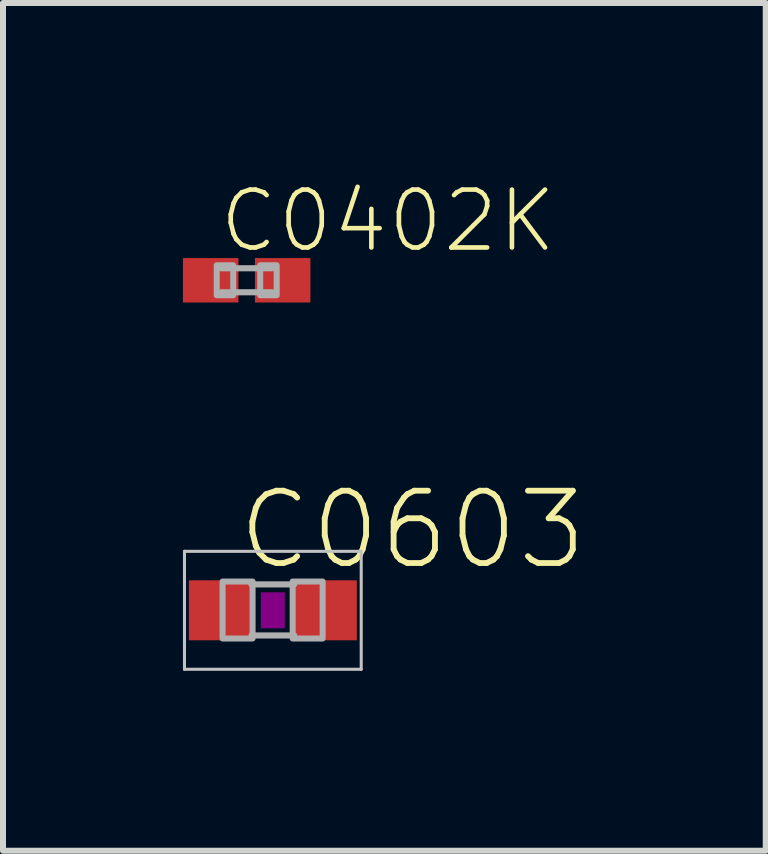
<source format=kicad_pcb>
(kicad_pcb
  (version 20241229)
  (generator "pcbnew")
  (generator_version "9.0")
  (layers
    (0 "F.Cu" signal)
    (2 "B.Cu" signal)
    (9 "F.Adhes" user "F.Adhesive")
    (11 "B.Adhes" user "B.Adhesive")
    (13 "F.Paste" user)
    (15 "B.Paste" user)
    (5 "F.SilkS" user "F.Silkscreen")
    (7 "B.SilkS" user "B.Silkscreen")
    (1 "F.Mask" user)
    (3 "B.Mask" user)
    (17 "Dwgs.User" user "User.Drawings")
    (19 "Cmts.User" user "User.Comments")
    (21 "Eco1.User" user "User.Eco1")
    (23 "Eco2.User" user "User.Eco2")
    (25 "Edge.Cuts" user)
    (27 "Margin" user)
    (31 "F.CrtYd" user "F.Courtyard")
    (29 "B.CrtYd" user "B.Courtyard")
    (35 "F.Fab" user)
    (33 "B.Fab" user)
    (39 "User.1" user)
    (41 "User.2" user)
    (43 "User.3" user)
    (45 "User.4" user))
  (footprint "C0402K"
    (layer "F.Cu")
    (at 1.062 1.622)
    (property "Reference" "C0402K" (at -0.5 -0.425 0) (layer "F.SilkS") (effects (font (size 0.965 0.965) (thickness 0.077)) (justify left bottom)))
    (attr through_hole)
    (fp_line (start -0.425 -0.2) (end 0.425 -0.2) (stroke (width 0.102) (type solid)) (layer "F.Fab"))
    (fp_line (start 0.425 0.2) (end -0.425 0.2) (stroke (width 0.102) (type solid)) (layer "F.Fab"))
    (fp_poly (pts (xy -0.5 0.25) (xy -0.225 0.25) (xy -0.225 -0.25) (xy -0.5 -0.25)) (stroke (width 0.1) (type solid)) (fill no) (layer "F.Fab"))
    (fp_poly (pts (xy 0.225 0.25) (xy 0.5 0.25) (xy 0.5 -0.25) (xy 0.225 -0.25)) (stroke (width 0.1) (type solid)) (fill no) (layer "F.Fab"))
    (pad "1" smd rect (at -0.6 0) (size 0.925 0.74) (layers "F.Cu" "F.Mask" "F.Paste"))
    (pad "2" smd rect (at 0.6 0) (size 0.925 0.74) (layers "F.Cu" "F.Mask" "F.Paste")))
  (footprint "C0603"
    (layer "F.Cu")
    (at 1.498 7.123)
    (property "Reference" "C0603" (at -0.635 -0.635 180) (layer "F.SilkS") (effects (font (size 1.206 1.206) (thickness 0.097)) (justify left bottom)))
    (attr through_hole)
    (fp_poly (pts (xy -0.2 0.3) (xy 0.2 0.3) (xy 0.2 -0.3) (xy -0.2 -0.3)) (stroke (width 0) (type solid)) (fill yes) (layer "F.Adhes"))
    (fp_line (start -1.473 -0.983) (end 1.473 -0.983) (stroke (width 0.051) (type solid)) (layer "Dwgs.User"))
    (fp_line (start -1.473 0.983) (end -1.473 -0.983) (stroke (width 0.051) (type solid)) (layer "Dwgs.User"))
    (fp_line (start 1.473 -0.983) (end 1.473 0.983) (stroke (width 0.051) (type solid)) (layer "Dwgs.User"))
    (fp_line (start 1.473 0.983) (end -1.473 0.983) (stroke (width 0.051) (type solid)) (layer "Dwgs.User"))
    (fp_line (start -0.356 -0.432) (end 0.356 -0.432) (stroke (width 0.102) (type solid)) (layer "F.Fab"))
    (fp_line (start -0.356 0.419) (end 0.356 0.419) (stroke (width 0.102) (type solid)) (layer "F.Fab"))
    (fp_poly (pts (xy -0.838 0.47) (xy -0.338 0.47) (xy -0.338 -0.48) (xy -0.838 -0.48)) (stroke (width 0.1) (type solid)) (fill no) (layer "F.Fab"))
    (fp_poly (pts (xy 0.33 0.47) (xy 0.83 0.47) (xy 0.83 -0.48) (xy 0.33 -0.48)) (stroke (width 0.1) (type solid)) (fill no) (layer "F.Fab"))
    (pad "1" smd rect (at -0.85 0) (size 1.1 1) (layers "F.Cu" "F.Mask" "F.Paste"))
    (pad "2" smd rect (at 0.85 0) (size 1.1 1) (layers "F.Cu" "F.Mask" "F.Paste")))
  (gr_rect
    (start -3 -3)
    (end 9.714 11.131)
    (stroke (width 0.1) (type default))
    (fill no)
    (layer "Edge.Cuts")))
</source>
